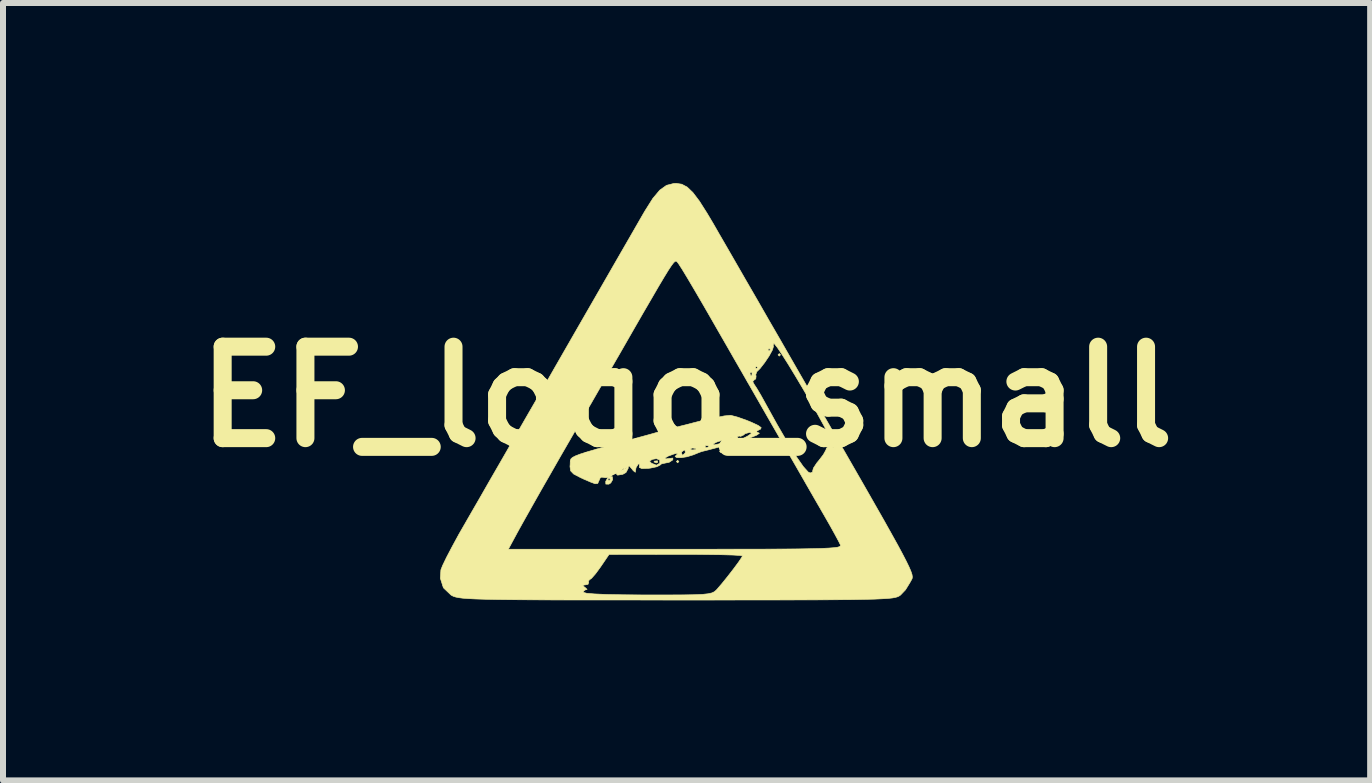
<source format=kicad_pcb>
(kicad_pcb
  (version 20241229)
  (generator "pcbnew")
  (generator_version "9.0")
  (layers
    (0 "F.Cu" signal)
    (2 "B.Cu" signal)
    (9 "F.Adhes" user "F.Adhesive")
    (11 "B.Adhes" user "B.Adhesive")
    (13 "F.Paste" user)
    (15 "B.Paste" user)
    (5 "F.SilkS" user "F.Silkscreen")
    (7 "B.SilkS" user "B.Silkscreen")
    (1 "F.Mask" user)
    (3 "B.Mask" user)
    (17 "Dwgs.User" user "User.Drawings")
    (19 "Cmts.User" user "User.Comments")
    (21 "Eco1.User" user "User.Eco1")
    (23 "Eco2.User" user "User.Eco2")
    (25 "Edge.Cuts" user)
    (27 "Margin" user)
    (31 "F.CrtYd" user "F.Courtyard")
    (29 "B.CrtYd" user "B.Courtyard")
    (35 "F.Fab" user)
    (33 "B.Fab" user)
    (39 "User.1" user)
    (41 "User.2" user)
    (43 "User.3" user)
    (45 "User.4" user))
  (footprint "EF_logo_small"
    (layer "F.Cu")
    (at 8.389 3.561)
    (property "Reference" "EF_logo_small" (at 0 0 0) (layer "F.SilkS") (effects (font (size 1.524 1.524) (thickness 0.3))))
    (attr through_hole)
    (fp_poly (pts (xy -0.127 1.079) (xy -0.148 1.101) (xy -0.169 1.079) (xy -0.148 1.058) (xy -0.127 1.079)) (stroke (width 0.01) (type solid)) (fill yes) (layer "F.SilkS"))
    (fp_poly (pts (xy 0.593 0.91) (xy 0.572 0.931) (xy 0.55 0.91) (xy 0.572 0.889) (xy 0.593 0.91)) (stroke (width 0.01) (type solid)) (fill yes) (layer "F.SilkS"))
    (fp_poly (pts (xy 1.566 -0.699) (xy 1.545 -0.677) (xy 1.524 -0.699) (xy 1.545 -0.72) (xy 1.566 -0.699)) (stroke (width 0.01) (type solid)) (fill yes) (layer "F.SilkS"))
    (fp_poly (pts (xy -0.48 1.072) (xy -0.486 1.098) (xy -0.508 1.101) (xy -0.543 1.085) (xy -0.536 1.072) (xy -0.486 1.067) (xy -0.48 1.072)) (stroke (width 0.01) (type solid)) (fill yes) (layer "F.SilkS"))
    (fp_poly (pts (xy -1.236 1.332) (xy -1.231 1.381) (xy -1.262 1.435) (xy -1.294 1.456) (xy -1.345 1.455) (xy -1.347 1.411) (xy -1.328 1.376) (xy -1.312 1.376) (xy -1.291 1.397) (xy -1.27 1.376) (xy -1.291 1.355) (xy -1.312 1.376) (xy -1.328 1.376) (xy -1.307 1.34) (xy -1.281 1.323) (xy -1.236 1.332)) (stroke (width 0.01) (type solid)) (fill yes) (layer "F.SilkS"))
    (fp_poly (pts (xy 0.741 0.31) (xy 0.854 0.34) (xy 1 0.392) (xy 1.079 0.424) (xy 1.196 0.479) (xy 1.244 0.514) (xy 1.233 0.539) (xy 1.206 0.552) (xy 1.157 0.58) (xy 1.185 0.593) (xy 1.214 0.608) (xy 1.168 0.64) (xy 1.054 0.686) (xy 0.878 0.743) (xy 0.648 0.81) (xy 0.371 0.883) (xy 0.254 0.912) (xy 0.204 0.93) (xy 0.114 0.967) (xy 0.01 0.999) (xy -0.09 1.015) (xy -0.163 1.014) (xy -0.191 0.995) (xy -0.169 0.97) (xy -0.14 0.943) (xy -0.183 0.947) (xy -0.212 0.954) (xy -0.307 0.989) (xy -0.355 1.018) (xy -0.351 1.036) (xy -0.296 1.028) (xy -0.228 1.021) (xy -0.229 1.052) (xy -0.292 1.093) (xy -0.339 1.101) (xy -0.417 1.118) (xy -0.442 1.139) (xy -0.495 1.166) (xy -0.6 1.188) (xy -0.636 1.193) (xy -0.746 1.196) (xy -0.787 1.177) (xy -0.785 1.153) (xy -0.787 1.117) (xy -0.805 1.122) (xy -0.842 1.182) (xy -0.847 1.217) (xy -0.854 1.258) (xy -0.888 1.231) (xy -0.909 1.204) (xy -0.955 1.151) (xy -0.971 1.166) (xy -0.972 1.193) (xy -1.009 1.262) (xy -1.062 1.292) (xy -1.149 1.306) (xy -1.172 1.283) (xy -1.121 1.239) (xy -1.096 1.227) (xy -0.995 1.183) (xy -1.101 1.206) (xy -1.228 1.234) (xy -1.321 1.255) (xy -1.42 1.308) (xy -1.448 1.374) (xy -1.48 1.445) (xy -1.524 1.449) (xy -1.599 1.421) (xy -1.715 1.371) (xy -1.77 1.345) (xy -1.881 1.287) (xy -1.932 1.234) (xy -1.942 1.161) (xy -1.939 1.128) (xy -1.938 1.091) (xy -1.937 1.072) (xy -1.722 1.072) (xy -1.716 1.098) (xy -1.693 1.101) (xy -1.658 1.085) (xy -1.665 1.072) (xy -1.665 1.072) (xy -0.617 1.072) (xy -0.586 1.106) (xy -0.502 1.14) (xy -0.449 1.108) (xy -0.446 1.104) (xy -0.447 1.053) (xy -0.503 1.031) (xy -0.571 1.043) (xy -0.617 1.072) (xy -1.665 1.072) (xy -1.715 1.067) (xy -1.722 1.072) (xy -1.937 1.072) (xy -1.936 1.062) (xy -1.927 1.036) (xy -1.902 1.012) (xy -1.853 0.986) (xy -1.773 0.955) (xy -1.698 0.931) (xy -0.085 0.931) (xy -0.07 0.973) (xy -0.066 0.974) (xy -0.03 0.944) (xy -0.021 0.931) (xy -0.025 0.892) (xy -0.04 0.889) (xy -0.083 0.92) (xy -0.085 0.931) (xy -1.698 0.931) (xy -1.653 0.917) (xy -1.523 0.879) (xy 0.061 0.879) (xy 0.102 0.886) (xy 0.157 0.878) (xy 0.158 0.863) (xy 0.101 0.853) (xy 0.077 0.86) (xy 0.061 0.879) (xy -1.523 0.879) (xy -1.486 0.868) (xy -1.308 0.818) (xy 0.31 0.818) (xy 0.316 0.844) (xy 0.339 0.847) (xy 0.374 0.831) (xy 0.367 0.818) (xy 0.317 0.813) (xy 0.31 0.818) (xy -1.308 0.818) (xy -1.264 0.806) (xy -1.209 0.791) (xy 0.439 0.791) (xy 0.466 0.801) (xy 0.556 0.781) (xy 0.593 0.762) (xy 0.626 0.73) (xy 0.595 0.726) (xy 0.516 0.75) (xy 0.487 0.762) (xy 0.439 0.791) (xy -1.209 0.791) (xy -0.978 0.727) (xy -0.873 0.699) (xy 0.72 0.699) (xy 0.741 0.72) (xy 0.762 0.699) (xy 0.741 0.677) (xy 0.72 0.699) (xy -0.873 0.699) (xy -0.787 0.675) (xy 0.847 0.675) (xy 0.864 0.714) (xy 0.926 0.702) (xy 1.016 0.656) (xy 1.079 0.613) (xy 1.066 0.595) (xy 1.05 0.594) (xy 0.974 0.615) (xy 0.952 0.636) (xy 0.901 0.66) (xy 0.886 0.654) (xy 0.849 0.661) (xy 0.847 0.675) (xy -0.787 0.675) (xy -0.622 0.63) (xy -0.487 0.592) (xy -0.111 0.491) (xy 0.203 0.411) (xy 0.451 0.354) (xy 0.628 0.319) (xy 0.73 0.309) (xy 0.741 0.31)) (stroke (width 0.01) (type solid)) (fill yes) (layer "F.SilkS"))
    (fp_poly (pts (xy -0.08 -3.542) (xy 0.011 -3.494) (xy 0.106 -3.403) (xy 0.215 -3.259) (xy 0.345 -3.054) (xy 0.449 -2.879) (xy 0.536 -2.727) (xy 0.659 -2.515) (xy 0.81 -2.253) (xy 0.982 -1.954) (xy 1.169 -1.631) (xy 1.362 -1.294) (xy 1.535 -0.995) (xy 1.893 -0.372) (xy 2.212 0.182) (xy 2.494 0.67) (xy 2.74 1.098) (xy 2.953 1.469) (xy 3.135 1.788) (xy 3.289 2.058) (xy 3.416 2.285) (xy 3.52 2.472) (xy 3.601 2.623) (xy 3.663 2.743) (xy 3.708 2.836) (xy 3.738 2.906) (xy 3.756 2.958) (xy 3.762 2.995) (xy 3.761 3.021) (xy 3.753 3.042) (xy 3.742 3.061) (xy 3.73 3.082) (xy 3.722 3.097) (xy 3.649 3.216) (xy 3.566 3.303) (xy 3.545 3.318) (xy 3.52 3.331) (xy 3.484 3.342) (xy 3.432 3.352) (xy 3.358 3.36) (xy 3.258 3.366) (xy 3.126 3.372) (xy 2.956 3.376) (xy 2.743 3.38) (xy 2.481 3.382) (xy 2.165 3.384) (xy 1.79 3.385) (xy 1.35 3.386) (xy 0.84 3.386) (xy 0.254 3.387) (xy -0.164 3.387) (xy -0.802 3.386) (xy -1.361 3.386) (xy -1.845 3.386) (xy -2.262 3.385) (xy -2.616 3.383) (xy -2.912 3.381) (xy -3.157 3.378) (xy -3.356 3.374) (xy -3.513 3.369) (xy -3.636 3.363) (xy -3.728 3.356) (xy -3.797 3.347) (xy -3.846 3.337) (xy -3.882 3.326) (xy -3.91 3.312) (xy -3.925 3.303) (xy -4.051 3.183) (xy -4.065 3.14) (xy -1.731 3.14) (xy -1.702 3.17) (xy -1.693 3.175) (xy -1.657 3.209) (xy -1.685 3.217) (xy -1.72 3.241) (xy -1.714 3.26) (xy -1.664 3.274) (xy -1.534 3.285) (xy -1.332 3.294) (xy -1.062 3.299) (xy -0.73 3.302) (xy -0.634 3.302) (xy -0.308 3.302) (xy -0.057 3.301) (xy 0.131 3.298) (xy 0.267 3.292) (xy 0.36 3.282) (xy 0.422 3.268) (xy 0.462 3.249) (xy 0.493 3.223) (xy 0.508 3.207) (xy 0.589 3.113) (xy 0.685 2.994) (xy 0.782 2.869) (xy 0.865 2.757) (xy 0.919 2.677) (xy 0.931 2.65) (xy 0.891 2.644) (xy 0.777 2.637) (xy 0.6 2.632) (xy 0.372 2.629) (xy 0.103 2.626) (xy -0.18 2.626) (xy -1.291 2.627) (xy -1.434 2.837) (xy -1.516 2.949) (xy -1.584 3.026) (xy -1.616 3.048) (xy -1.637 3.074) (xy -1.63 3.09) (xy -1.641 3.125) (xy -1.68 3.133) (xy -1.731 3.14) (xy -4.065 3.14) (xy -4.102 3.024) (xy -4.093 2.884) (xy -4.064 2.81) (xy -4 2.677) (xy -3.928 2.54) (xy -2.969 2.54) (xy -0.189 2.54) (xy 0.366 2.54) (xy 0.841 2.539) (xy 1.244 2.539) (xy 1.58 2.537) (xy 1.855 2.535) (xy 2.074 2.531) (xy 2.245 2.527) (xy 2.372 2.521) (xy 2.461 2.514) (xy 2.52 2.506) (xy 2.552 2.495) (xy 2.565 2.483) (xy 2.564 2.469) (xy 2.564 2.469) (xy 2.533 2.406) (xy 2.469 2.287) (xy 2.381 2.129) (xy 2.279 1.951) (xy 2.161 1.747) (xy 2.005 1.476) (xy 1.816 1.146) (xy 1.596 0.764) (xy 1.35 0.336) (xy 1.083 -0.13) (xy 1.012 -0.253) (xy 1.102 -0.253) (xy 1.126 -0.208) (xy 1.171 -0.14) (xy 1.239 -0.025) (xy 1.3 0.085) (xy 1.508 0.46) (xy 1.686 0.766) (xy 1.832 1.001) (xy 1.946 1.164) (xy 2.026 1.253) (xy 2.06 1.27) (xy 2.103 1.253) (xy 2.101 1.237) (xy 2.114 1.188) (xy 2.17 1.103) (xy 2.204 1.062) (xy 2.28 0.963) (xy 2.324 0.883) (xy 2.328 0.863) (xy 2.358 0.826) (xy 2.392 0.831) (xy 2.447 0.839) (xy 2.455 0.828) (xy 2.435 0.768) (xy 2.378 0.65) (xy 2.293 0.489) (xy 2.187 0.296) (xy 2.066 0.084) (xy 1.939 -0.135) (xy 1.813 -0.347) (xy 1.695 -0.541) (xy 1.592 -0.703) (xy 1.513 -0.821) (xy 1.463 -0.883) (xy 1.453 -0.889) (xy 1.444 -0.856) (xy 1.448 -0.836) (xy 1.43 -0.778) (xy 1.376 -0.68) (xy 1.302 -0.57) (xy 1.226 -0.472) (xy 1.17 -0.417) (xy 1.152 -0.364) (xy 1.159 -0.347) (xy 1.153 -0.297) (xy 1.133 -0.286) (xy 1.102 -0.253) (xy 1.012 -0.253) (xy 0.939 -0.381) (xy 1.058 -0.381) (xy 1.074 -0.346) (xy 1.087 -0.353) (xy 1.092 -0.403) (xy 1.087 -0.409) (xy 1.061 -0.403) (xy 1.058 -0.381) (xy 0.939 -0.381) (xy 0.878 -0.487) (xy 1.143 -0.487) (xy 1.164 -0.466) (xy 1.185 -0.487) (xy 1.164 -0.508) (xy 1.143 -0.487) (xy 0.878 -0.487) (xy 0.797 -0.627) (xy 0.708 -0.783) (xy 1.355 -0.783) (xy 1.376 -0.762) (xy 1.397 -0.783) (xy 1.376 -0.804) (xy 1.355 -0.783) (xy 0.708 -0.783) (xy 0.498 -1.148) (xy 0.404 -1.312) (xy 0.261 -1.56) (xy 0.129 -1.786) (xy 0.016 -1.977) (xy -0.073 -2.124) (xy -0.131 -2.214) (xy -0.148 -2.237) (xy -0.161 -2.252) (xy -0.174 -2.26) (xy -0.191 -2.256) (xy -0.215 -2.234) (xy -0.251 -2.187) (xy -0.302 -2.11) (xy -0.372 -1.996) (xy -0.465 -1.84) (xy -0.584 -1.635) (xy -0.735 -1.376) (xy -0.919 -1.056) (xy -1.141 -0.669) (xy -1.161 -0.635) (xy -1.313 -0.371) (xy -1.461 -0.114) (xy -1.596 0.121) (xy -1.71 0.318) (xy -1.795 0.464) (xy -1.821 0.508) (xy -1.955 0.741) (xy -2.106 1.002) (xy -2.263 1.277) (xy -2.419 1.549) (xy -2.563 1.804) (xy -2.688 2.026) (xy -2.785 2.2) (xy -2.826 2.275) (xy -2.969 2.54) (xy -3.928 2.54) (xy -3.907 2.5) (xy -3.794 2.292) (xy -3.679 2.092) (xy -3.583 1.925) (xy -3.45 1.695) (xy -3.287 1.41) (xy -3.097 1.081) (xy -2.888 0.717) (xy -2.664 0.328) (xy -2.43 -0.077) (xy -2.194 -0.489) (xy -2.086 -0.677) (xy -1.858 -1.074) (xy -1.637 -1.458) (xy -1.428 -1.821) (xy -1.236 -2.155) (xy -1.065 -2.452) (xy -0.919 -2.705) (xy -0.804 -2.905) (xy -0.724 -3.044) (xy -0.693 -3.097) (xy -0.562 -3.305) (xy -0.446 -3.443) (xy -0.334 -3.523) (xy -0.213 -3.554) (xy -0.173 -3.556) (xy -0.08 -3.542)) (stroke (width 0.01) (type solid)) (fill yes) (layer "F.SilkS")))
  (gr_rect
    (start -3 -3)
    (end 19.779 9.953)
    (stroke (width 0.1) (type default))
    (fill no)
    (layer "Edge.Cuts")))
</source>
